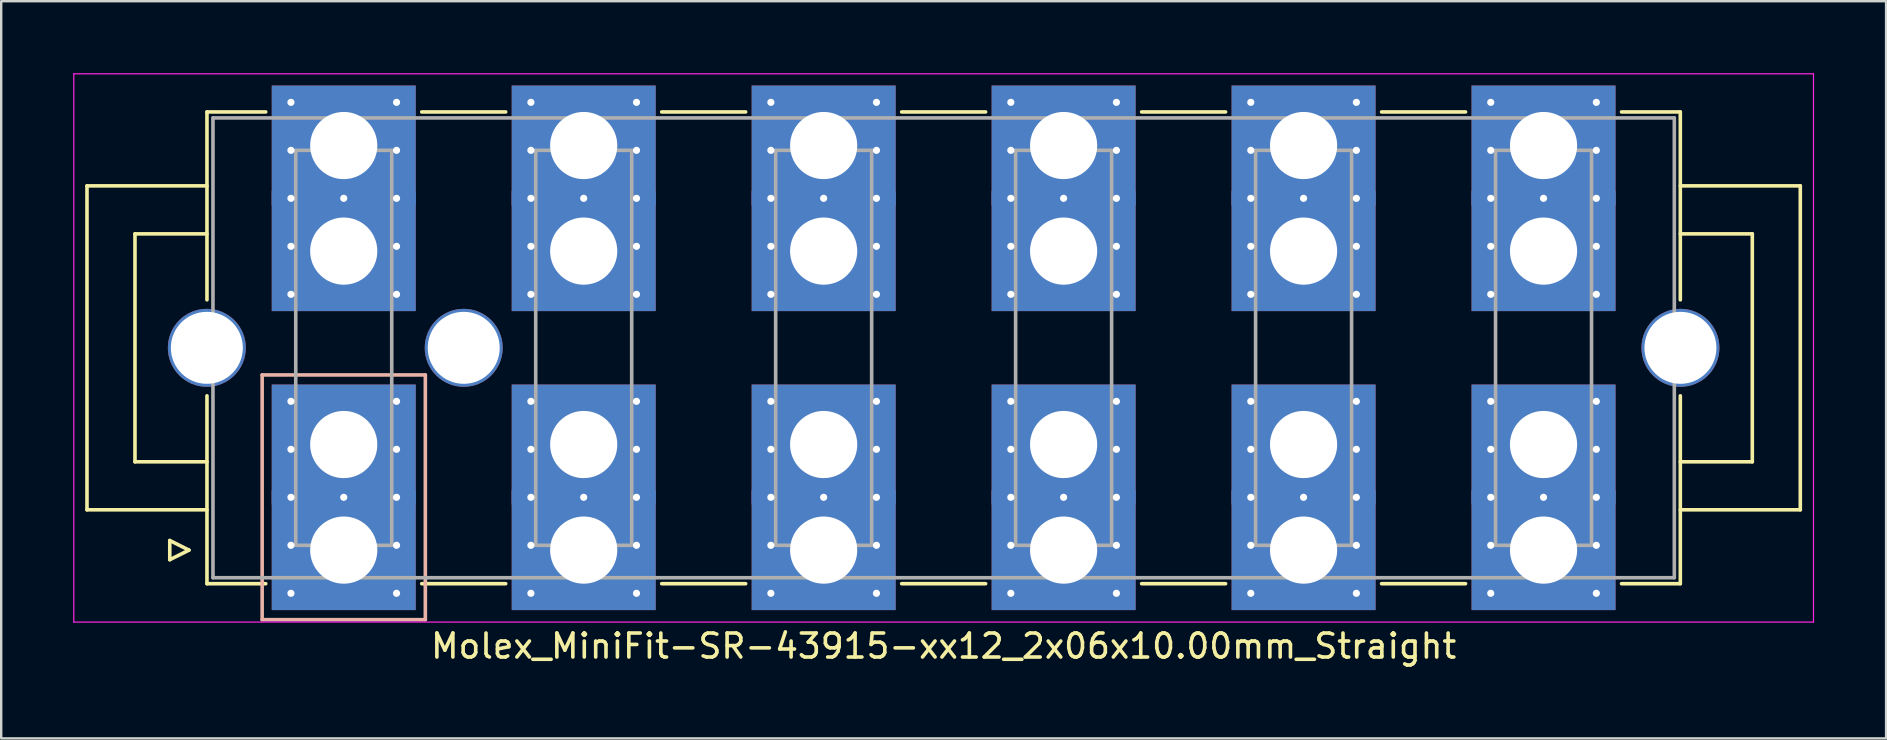
<source format=kicad_pcb>
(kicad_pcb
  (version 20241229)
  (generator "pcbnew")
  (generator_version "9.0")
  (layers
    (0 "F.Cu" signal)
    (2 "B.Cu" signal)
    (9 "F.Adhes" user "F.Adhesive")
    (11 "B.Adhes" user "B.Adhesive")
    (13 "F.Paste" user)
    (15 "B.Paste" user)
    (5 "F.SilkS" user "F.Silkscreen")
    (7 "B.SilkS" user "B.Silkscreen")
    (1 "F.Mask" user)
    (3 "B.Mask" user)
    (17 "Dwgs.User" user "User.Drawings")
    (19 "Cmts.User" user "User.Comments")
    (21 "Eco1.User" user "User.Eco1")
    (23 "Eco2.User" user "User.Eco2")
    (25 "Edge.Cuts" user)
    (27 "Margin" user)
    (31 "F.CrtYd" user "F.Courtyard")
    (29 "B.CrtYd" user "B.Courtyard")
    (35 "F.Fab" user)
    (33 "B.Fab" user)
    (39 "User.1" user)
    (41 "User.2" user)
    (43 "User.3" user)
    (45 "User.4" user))
  (footprint "Molex_MiniFit-SR-43915-xx12_2x06x10.00mm_Straight"
    (layer "F.Cu")
    (at 11.275 19.875)
    (property "Reference" "Molex_MiniFit-SR-43915-xx12_2x06x10.00mm_Straight" (at 25 4 0) (layer "F.SilkS") (effects (font (size 1 1) (thickness 0.15))))
    (attr through_hole)
    (fp_line (start -10.7 -15.18) (end -10.7 -1.68) (stroke (width 0.15) (type solid)) (layer "F.SilkS"))
    (fp_line (start -10.7 -1.68) (end -5.7 -1.68) (stroke (width 0.15) (type solid)) (layer "F.SilkS"))
    (fp_line (start -8.7 -13.18) (end -8.7 -3.68) (stroke (width 0.15) (type solid)) (layer "F.SilkS"))
    (fp_line (start -8.7 -3.68) (end -5.7 -3.68) (stroke (width 0.15) (type solid)) (layer "F.SilkS"))
    (fp_line (start -7.25 -0.4) (end -7.25 0.4) (stroke (width 0.15) (type solid)) (layer "F.SilkS"))
    (fp_line (start -7.25 0.4) (end -6.45 0) (stroke (width 0.15) (type solid)) (layer "F.SilkS"))
    (fp_line (start -6.45 0) (end -7.25 -0.4) (stroke (width 0.15) (type solid)) (layer "F.SilkS"))
    (fp_line (start -5.7 -18.26) (end -5.7 -10.43) (stroke (width 0.15) (type solid)) (layer "F.SilkS"))
    (fp_line (start -5.7 -15.18) (end -10.7 -15.18) (stroke (width 0.15) (type solid)) (layer "F.SilkS"))
    (fp_line (start -5.7 -13.18) (end -8.7 -13.18) (stroke (width 0.15) (type solid)) (layer "F.SilkS"))
    (fp_line (start -5.7 1.4) (end -5.7 -6.43) (stroke (width 0.15) (type solid)) (layer "F.SilkS"))
    (fp_line (start -3.25 -18.26) (end -5.7 -18.26) (stroke (width 0.15) (type solid)) (layer "F.SilkS"))
    (fp_line (start -3.25 1.4) (end -5.7 1.4) (stroke (width 0.15) (type solid)) (layer "F.SilkS"))
    (fp_line (start 3.25 -18.26) (end 6.75 -18.26) (stroke (width 0.15) (type solid)) (layer "F.SilkS"))
    (fp_line (start 3.25 1.4) (end 6.75 1.4) (stroke (width 0.15) (type solid)) (layer "F.SilkS"))
    (fp_line (start 13.25 -18.26) (end 16.75 -18.26) (stroke (width 0.15) (type solid)) (layer "F.SilkS"))
    (fp_line (start 13.25 1.4) (end 16.75 1.4) (stroke (width 0.15) (type solid)) (layer "F.SilkS"))
    (fp_line (start 23.25 -18.26) (end 26.75 -18.26) (stroke (width 0.15) (type solid)) (layer "F.SilkS"))
    (fp_line (start 23.25 1.4) (end 26.75 1.4) (stroke (width 0.15) (type solid)) (layer "F.SilkS"))
    (fp_line (start 33.25 -18.26) (end 36.75 -18.26) (stroke (width 0.15) (type solid)) (layer "F.SilkS"))
    (fp_line (start 33.25 1.4) (end 36.75 1.4) (stroke (width 0.15) (type solid)) (layer "F.SilkS"))
    (fp_line (start 43.25 -18.26) (end 46.75 -18.26) (stroke (width 0.15) (type solid)) (layer "F.SilkS"))
    (fp_line (start 43.25 1.4) (end 46.75 1.4) (stroke (width 0.15) (type solid)) (layer "F.SilkS"))
    (fp_line (start 53.25 -18.26) (end 55.7 -18.26) (stroke (width 0.15) (type solid)) (layer "F.SilkS"))
    (fp_line (start 53.25 1.4) (end 55.7 1.4) (stroke (width 0.15) (type solid)) (layer "F.SilkS"))
    (fp_line (start 55.7 -18.26) (end 55.7 -10.43) (stroke (width 0.15) (type solid)) (layer "F.SilkS"))
    (fp_line (start 55.7 -15.18) (end 60.7 -15.18) (stroke (width 0.15) (type solid)) (layer "F.SilkS"))
    (fp_line (start 55.7 -13.18) (end 58.7 -13.18) (stroke (width 0.15) (type solid)) (layer "F.SilkS"))
    (fp_line (start 55.7 1.4) (end 55.7 -6.43) (stroke (width 0.15) (type solid)) (layer "F.SilkS"))
    (fp_line (start 58.7 -13.18) (end 58.7 -3.68) (stroke (width 0.15) (type solid)) (layer "F.SilkS"))
    (fp_line (start 58.7 -3.68) (end 55.7 -3.68) (stroke (width 0.15) (type solid)) (layer "F.SilkS"))
    (fp_line (start 60.7 -15.18) (end 60.7 -1.68) (stroke (width 0.15) (type solid)) (layer "F.SilkS"))
    (fp_line (start 60.7 -1.68) (end 55.7 -1.68) (stroke (width 0.15) (type solid)) (layer "F.SilkS"))
    (fp_line (start -3.4 -7.3) (end -3.4 2.9) (stroke (width 0.15) (type solid)) (layer "B.SilkS"))
    (fp_line (start -3.4 2.9) (end 3.4 2.9) (stroke (width 0.15) (type solid)) (layer "B.SilkS"))
    (fp_line (start 3.4 -7.3) (end -3.4 -7.3) (stroke (width 0.15) (type solid)) (layer "B.SilkS"))
    (fp_line (start 3.4 2.9) (end 3.4 -7.3) (stroke (width 0.15) (type solid)) (layer "B.SilkS"))
    (fp_line (start -11.25 -19.85) (end -11.25 3) (stroke (width 0.05) (type solid)) (layer "F.CrtYd"))
    (fp_line (start -11.25 3) (end 61.25 3) (stroke (width 0.05) (type solid)) (layer "F.CrtYd"))
    (fp_line (start 61.25 -19.85) (end -11.25 -19.85) (stroke (width 0.05) (type solid)) (layer "F.CrtYd"))
    (fp_line (start 61.25 3) (end 61.25 -19.85) (stroke (width 0.05) (type solid)) (layer "F.CrtYd"))
    (fp_line (start -5.45 -18.01) (end -5.45 1.15) (stroke (width 0.15) (type solid)) (layer "F.Fab"))
    (fp_line (start -5.45 1.15) (end 55.45 1.15) (stroke (width 0.15) (type solid)) (layer "F.Fab"))
    (fp_line (start -2 -16.66) (end -2 -0.2) (stroke (width 0.15) (type solid)) (layer "F.Fab"))
    (fp_line (start -2 -0.2) (end 2 -0.2) (stroke (width 0.15) (type solid)) (layer "F.Fab"))
    (fp_line (start 2 -16.66) (end -2 -16.66) (stroke (width 0.15) (type solid)) (layer "F.Fab"))
    (fp_line (start 2 -0.2) (end 2 -16.66) (stroke (width 0.15) (type solid)) (layer "F.Fab"))
    (fp_line (start 8 -16.66) (end 8 -0.2) (stroke (width 0.15) (type solid)) (layer "F.Fab"))
    (fp_line (start 8 -0.2) (end 12 -0.2) (stroke (width 0.15) (type solid)) (layer "F.Fab"))
    (fp_line (start 12 -16.66) (end 8 -16.66) (stroke (width 0.15) (type solid)) (layer "F.Fab"))
    (fp_line (start 12 -0.2) (end 12 -16.66) (stroke (width 0.15) (type solid)) (layer "F.Fab"))
    (fp_line (start 18 -16.66) (end 18 -0.2) (stroke (width 0.15) (type solid)) (layer "F.Fab"))
    (fp_line (start 18 -0.2) (end 22 -0.2) (stroke (width 0.15) (type solid)) (layer "F.Fab"))
    (fp_line (start 22 -16.66) (end 18 -16.66) (stroke (width 0.15) (type solid)) (layer "F.Fab"))
    (fp_line (start 22 -0.2) (end 22 -16.66) (stroke (width 0.15) (type solid)) (layer "F.Fab"))
    (fp_line (start 28 -16.66) (end 28 -0.2) (stroke (width 0.15) (type solid)) (layer "F.Fab"))
    (fp_line (start 28 -0.2) (end 32 -0.2) (stroke (width 0.15) (type solid)) (layer "F.Fab"))
    (fp_line (start 32 -16.66) (end 28 -16.66) (stroke (width 0.15) (type solid)) (layer "F.Fab"))
    (fp_line (start 32 -0.2) (end 32 -16.66) (stroke (width 0.15) (type solid)) (layer "F.Fab"))
    (fp_line (start 38 -16.66) (end 38 -0.2) (stroke (width 0.15) (type solid)) (layer "F.Fab"))
    (fp_line (start 38 -0.2) (end 42 -0.2) (stroke (width 0.15) (type solid)) (layer "F.Fab"))
    (fp_line (start 42 -16.66) (end 38 -16.66) (stroke (width 0.15) (type solid)) (layer "F.Fab"))
    (fp_line (start 42 -0.2) (end 42 -16.66) (stroke (width 0.15) (type solid)) (layer "F.Fab"))
    (fp_line (start 48 -16.66) (end 48 -0.2) (stroke (width 0.15) (type solid)) (layer "F.Fab"))
    (fp_line (start 48 -0.2) (end 52 -0.2) (stroke (width 0.15) (type solid)) (layer "F.Fab"))
    (fp_line (start 52 -16.66) (end 48 -16.66) (stroke (width 0.15) (type solid)) (layer "F.Fab"))
    (fp_line (start 52 -0.2) (end 52 -16.66) (stroke (width 0.15) (type solid)) (layer "F.Fab"))
    (fp_line (start 55.45 -18.01) (end -5.45 -18.01) (stroke (width 0.15) (type solid)) (layer "F.Fab"))
    (fp_line (start 55.45 1.15) (end 55.45 -18.01) (stroke (width 0.15) (type solid)) (layer "F.Fab"))
    (pad "" thru_hole circle (at -5.705 -8.43) (size 3.25 3.25) (drill 3) (layers "*.Cu" "*.Mask"))
    (pad "" thru_hole circle (at 0 -14.66) (size 0.5 0.5) (drill 0.3) (layers "*.Cu" "B.Mask"))
    (pad "" thru_hole circle (at 0 -2.2) (size 0.5 0.5) (drill 0.3) (layers "*.Cu" "B.Mask"))
    (pad "" thru_hole circle (at 5 -8.43) (size 3.25 3.25) (drill 3) (layers "*.Cu" "*.Mask"))
    (pad "" thru_hole circle (at 10 -14.66) (size 0.5 0.5) (drill 0.3) (layers "*.Cu" "B.Mask"))
    (pad "" thru_hole circle (at 10 -2.2) (size 0.5 0.5) (drill 0.3) (layers "*.Cu" "B.Mask"))
    (pad "" thru_hole circle (at 20 -14.66) (size 0.5 0.5) (drill 0.3) (layers "*.Cu" "B.Mask"))
    (pad "" thru_hole circle (at 20 -2.2) (size 0.5 0.5) (drill 0.3) (layers "*.Cu" "B.Mask"))
    (pad "" thru_hole circle (at 30 -14.66) (size 0.5 0.5) (drill 0.3) (layers "*.Cu" "B.Mask"))
    (pad "" thru_hole circle (at 30 -2.2) (size 0.5 0.5) (drill 0.3) (layers "*.Cu" "B.Mask"))
    (pad "" thru_hole circle (at 40 -14.66) (size 0.5 0.5) (drill 0.3) (layers "*.Cu" "B.Mask"))
    (pad "" thru_hole circle (at 40 -2.2) (size 0.5 0.5) (drill 0.3) (layers "*.Cu" "B.Mask"))
    (pad "" thru_hole circle (at 50 -14.66) (size 0.5 0.5) (drill 0.3) (layers "*.Cu" "B.Mask"))
    (pad "" thru_hole circle (at 50 -2.2) (size 0.5 0.5) (drill 0.3) (layers "*.Cu" "B.Mask"))
    (pad "" thru_hole circle (at 55.705 -8.43) (size 3.25 3.25) (drill 3) (layers "*.Cu" "*.Mask"))
    (pad "1" thru_hole rect (at -2.2 -6.2) (size 0.5 0.5) (drill 0.3) (layers "*.Cu" "B.Mask"))
    (pad "1" thru_hole rect (at -2.2 -4.2) (size 0.5 0.5) (drill 0.3) (layers "*.Cu" "B.Mask"))
    (pad "1" thru_hole rect (at -2.2 -2.2) (size 0.5 0.5) (drill 0.3) (layers "*.Cu" "B.Mask"))
    (pad "1" thru_hole rect (at -2.2 -0.2) (size 0.5 0.5) (drill 0.3) (layers "*.Cu" "B.Mask"))
    (pad "1" thru_hole rect (at -2.2 1.8) (size 0.5 0.5) (drill 0.3) (layers "*.Cu" "B.Mask"))
    (pad "1" thru_hole rect (at 0 -4.4) (size 6 5) (drill 2.8) (layers "*.Cu" "B.Mask"))
    (pad "1" thru_hole rect (at 0 0) (size 6 5) (drill 2.8) (layers "*.Cu" "B.Mask"))
    (pad "1" thru_hole rect (at 2.2 -6.2) (size 0.5 0.5) (drill 0.3) (layers "*.Cu" "B.Mask"))
    (pad "1" thru_hole rect (at 2.2 -4.2) (size 0.5 0.5) (drill 0.3) (layers "*.Cu" "B.Mask"))
    (pad "1" thru_hole rect (at 2.2 -2.2) (size 0.5 0.5) (drill 0.3) (layers "*.Cu" "B.Mask"))
    (pad "1" thru_hole rect (at 2.2 -0.2) (size 0.5 0.5) (drill 0.3) (layers "*.Cu" "B.Mask"))
    (pad "1" thru_hole rect (at 2.2 1.8) (size 0.5 0.5) (drill 0.3) (layers "*.Cu" "B.Mask"))
    (pad "2" thru_hole circle (at 7.8 -6.2) (size 0.5 0.5) (drill 0.3) (layers "*.Cu" "B.Mask"))
    (pad "2" thru_hole circle (at 7.8 -4.2) (size 0.5 0.5) (drill 0.3) (layers "*.Cu" "B.Mask"))
    (pad "2" thru_hole circle (at 7.8 -2.2) (size 0.5 0.5) (drill 0.3) (layers "*.Cu" "B.Mask"))
    (pad "2" thru_hole circle (at 7.8 -0.2) (size 0.5 0.5) (drill 0.3) (layers "*.Cu" "B.Mask"))
    (pad "2" thru_hole circle (at 7.8 1.8) (size 0.5 0.5) (drill 0.3) (layers "*.Cu" "B.Mask"))
    (pad "2" thru_hole rect (at 10 -4.4) (size 6 5) (drill 2.8) (layers "*.Cu" "B.Mask"))
    (pad "2" thru_hole rect (at 10 0) (size 6 5) (drill 2.8) (layers "*.Cu" "B.Mask"))
    (pad "2" thru_hole circle (at 12.2 -6.2) (size 0.5 0.5) (drill 0.3) (layers "*.Cu" "B.Mask"))
    (pad "2" thru_hole circle (at 12.2 -4.2) (size 0.5 0.5) (drill 0.3) (layers "*.Cu" "B.Mask"))
    (pad "2" thru_hole circle (at 12.2 -2.2) (size 0.5 0.5) (drill 0.3) (layers "*.Cu" "B.Mask"))
    (pad "2" thru_hole circle (at 12.2 -0.2) (size 0.5 0.5) (drill 0.3) (layers "*.Cu" "B.Mask"))
    (pad "2" thru_hole circle (at 12.2 1.8) (size 0.5 0.5) (drill 0.3) (layers "*.Cu" "B.Mask"))
    (pad "3" thru_hole circle (at 17.8 -6.2) (size 0.5 0.5) (drill 0.3) (layers "*.Cu" "B.Mask"))
    (pad "3" thru_hole circle (at 17.8 -4.2) (size 0.5 0.5) (drill 0.3) (layers "*.Cu" "B.Mask"))
    (pad "3" thru_hole circle (at 17.8 -2.2) (size 0.5 0.5) (drill 0.3) (layers "*.Cu" "B.Mask"))
    (pad "3" thru_hole circle (at 17.8 -0.2) (size 0.5 0.5) (drill 0.3) (layers "*.Cu" "B.Mask"))
    (pad "3" thru_hole circle (at 17.8 1.8) (size 0.5 0.5) (drill 0.3) (layers "*.Cu" "B.Mask"))
    (pad "3" thru_hole rect (at 20 -4.4) (size 6 5) (drill 2.8) (layers "*.Cu" "B.Mask"))
    (pad "3" thru_hole rect (at 20 0) (size 6 5) (drill 2.8) (layers "*.Cu" "B.Mask"))
    (pad "3" thru_hole circle (at 22.2 -6.2) (size 0.5 0.5) (drill 0.3) (layers "*.Cu" "B.Mask"))
    (pad "3" thru_hole circle (at 22.2 -4.2) (size 0.5 0.5) (drill 0.3) (layers "*.Cu" "B.Mask"))
    (pad "3" thru_hole circle (at 22.2 -2.2) (size 0.5 0.5) (drill 0.3) (layers "*.Cu" "B.Mask"))
    (pad "3" thru_hole circle (at 22.2 -0.2) (size 0.5 0.5) (drill 0.3) (layers "*.Cu" "B.Mask"))
    (pad "3" thru_hole circle (at 22.2 1.8) (size 0.5 0.5) (drill 0.3) (layers "*.Cu" "B.Mask"))
    (pad "4" thru_hole circle (at 27.8 -6.2) (size 0.5 0.5) (drill 0.3) (layers "*.Cu" "B.Mask"))
    (pad "4" thru_hole circle (at 27.8 -4.2) (size 0.5 0.5) (drill 0.3) (layers "*.Cu" "B.Mask"))
    (pad "4" thru_hole circle (at 27.8 -2.2) (size 0.5 0.5) (drill 0.3) (layers "*.Cu" "B.Mask"))
    (pad "4" thru_hole circle (at 27.8 -0.2) (size 0.5 0.5) (drill 0.3) (layers "*.Cu" "B.Mask"))
    (pad "4" thru_hole circle (at 27.8 1.8) (size 0.5 0.5) (drill 0.3) (layers "*.Cu" "B.Mask"))
    (pad "4" thru_hole rect (at 30 -4.4) (size 6 5) (drill 2.8) (layers "*.Cu" "B.Mask"))
    (pad "4" thru_hole rect (at 30 0) (size 6 5) (drill 2.8) (layers "*.Cu" "B.Mask"))
    (pad "4" thru_hole circle (at 32.2 -6.2) (size 0.5 0.5) (drill 0.3) (layers "*.Cu" "B.Mask"))
    (pad "4" thru_hole circle (at 32.2 -4.2) (size 0.5 0.5) (drill 0.3) (layers "*.Cu" "B.Mask"))
    (pad "4" thru_hole circle (at 32.2 -2.2) (size 0.5 0.5) (drill 0.3) (layers "*.Cu" "B.Mask"))
    (pad "4" thru_hole circle (at 32.2 -0.2) (size 0.5 0.5) (drill 0.3) (layers "*.Cu" "B.Mask"))
    (pad "4" thru_hole circle (at 32.2 1.8) (size 0.5 0.5) (drill 0.3) (layers "*.Cu" "B.Mask"))
    (pad "5" thru_hole circle (at 37.8 -6.2) (size 0.5 0.5) (drill 0.3) (layers "*.Cu" "B.Mask"))
    (pad "5" thru_hole circle (at 37.8 -4.2) (size 0.5 0.5) (drill 0.3) (layers "*.Cu" "B.Mask"))
    (pad "5" thru_hole circle (at 37.8 -2.2) (size 0.5 0.5) (drill 0.3) (layers "*.Cu" "B.Mask"))
    (pad "5" thru_hole circle (at 37.8 -0.2) (size 0.5 0.5) (drill 0.3) (layers "*.Cu" "B.Mask"))
    (pad "5" thru_hole circle (at 37.8 1.8) (size 0.5 0.5) (drill 0.3) (layers "*.Cu" "B.Mask"))
    (pad "5" thru_hole rect (at 40 -4.4) (size 6 5) (drill 2.8) (layers "*.Cu" "B.Mask"))
    (pad "5" thru_hole rect (at 40 0) (size 6 5) (drill 2.8) (layers "*.Cu" "B.Mask"))
    (pad "5" thru_hole circle (at 42.2 -6.2) (size 0.5 0.5) (drill 0.3) (layers "*.Cu" "B.Mask"))
    (pad "5" thru_hole circle (at 42.2 -4.2) (size 0.5 0.5) (drill 0.3) (layers "*.Cu" "B.Mask"))
    (pad "5" thru_hole circle (at 42.2 -2.2) (size 0.5 0.5) (drill 0.3) (layers "*.Cu" "B.Mask"))
    (pad "5" thru_hole circle (at 42.2 -0.2) (size 0.5 0.5) (drill 0.3) (layers "*.Cu" "B.Mask"))
    (pad "5" thru_hole circle (at 42.2 1.8) (size 0.5 0.5) (drill 0.3) (layers "*.Cu" "B.Mask"))
    (pad "6" thru_hole circle (at 47.8 -6.2) (size 0.5 0.5) (drill 0.3) (layers "*.Cu" "B.Mask"))
    (pad "6" thru_hole circle (at 47.8 -4.2) (size 0.5 0.5) (drill 0.3) (layers "*.Cu" "B.Mask"))
    (pad "6" thru_hole circle (at 47.8 -2.2) (size 0.5 0.5) (drill 0.3) (layers "*.Cu" "B.Mask"))
    (pad "6" thru_hole circle (at 47.8 -0.2) (size 0.5 0.5) (drill 0.3) (layers "*.Cu" "B.Mask"))
    (pad "6" thru_hole circle (at 47.8 1.8) (size 0.5 0.5) (drill 0.3) (layers "*.Cu" "B.Mask"))
    (pad "6" thru_hole rect (at 50 -4.4) (size 6 5) (drill 2.8) (layers "*.Cu" "B.Mask"))
    (pad "6" thru_hole rect (at 50 0) (size 6 5) (drill 2.8) (layers "*.Cu" "B.Mask"))
    (pad "6" thru_hole circle (at 52.2 -6.2) (size 0.5 0.5) (drill 0.3) (layers "*.Cu" "B.Mask"))
    (pad "6" thru_hole circle (at 52.2 -4.2) (size 0.5 0.5) (drill 0.3) (layers "*.Cu" "B.Mask"))
    (pad "6" thru_hole circle (at 52.2 -2.2) (size 0.5 0.5) (drill 0.3) (layers "*.Cu" "B.Mask"))
    (pad "6" thru_hole circle (at 52.2 -0.2) (size 0.5 0.5) (drill 0.3) (layers "*.Cu" "B.Mask"))
    (pad "6" thru_hole circle (at 52.2 1.8) (size 0.5 0.5) (drill 0.3) (layers "*.Cu" "B.Mask"))
    (pad "7" thru_hole circle (at -2.2 -18.66) (size 0.5 0.5) (drill 0.3) (layers "*.Cu" "B.Mask"))
    (pad "7" thru_hole circle (at -2.2 -16.66) (size 0.5 0.5) (drill 0.3) (layers "*.Cu" "B.Mask"))
    (pad "7" thru_hole circle (at -2.2 -14.66) (size 0.5 0.5) (drill 0.3) (layers "*.Cu" "B.Mask"))
    (pad "7" thru_hole circle (at -2.2 -12.66) (size 0.5 0.5) (drill 0.3) (layers "*.Cu" "B.Mask"))
    (pad "7" thru_hole circle (at -2.2 -10.66) (size 0.5 0.5) (drill 0.3) (layers "*.Cu" "B.Mask"))
    (pad "7" thru_hole rect (at 0 -16.86) (size 6 5) (drill 2.8) (layers "*.Cu" "B.Mask"))
    (pad "7" thru_hole rect (at 0 -12.46) (size 6 5) (drill 2.8) (layers "*.Cu" "B.Mask"))
    (pad "7" thru_hole circle (at 2.2 -18.66) (size 0.5 0.5) (drill 0.3) (layers "*.Cu" "B.Mask"))
    (pad "7" thru_hole circle (at 2.2 -16.66) (size 0.5 0.5) (drill 0.3) (layers "*.Cu" "B.Mask"))
    (pad "7" thru_hole circle (at 2.2 -14.66) (size 0.5 0.5) (drill 0.3) (layers "*.Cu" "B.Mask"))
    (pad "7" thru_hole circle (at 2.2 -12.66) (size 0.5 0.5) (drill 0.3) (layers "*.Cu" "B.Mask"))
    (pad "7" thru_hole circle (at 2.2 -10.66) (size 0.5 0.5) (drill 0.3) (layers "*.Cu" "B.Mask"))
    (pad "8" thru_hole circle (at 7.8 -18.66) (size 0.5 0.5) (drill 0.3) (layers "*.Cu" "B.Mask"))
    (pad "8" thru_hole circle (at 7.8 -16.66) (size 0.5 0.5) (drill 0.3) (layers "*.Cu" "B.Mask"))
    (pad "8" thru_hole circle (at 7.8 -14.66) (size 0.5 0.5) (drill 0.3) (layers "*.Cu" "B.Mask"))
    (pad "8" thru_hole circle (at 7.8 -12.66) (size 0.5 0.5) (drill 0.3) (layers "*.Cu" "B.Mask"))
    (pad "8" thru_hole circle (at 7.8 -10.66) (size 0.5 0.5) (drill 0.3) (layers "*.Cu" "B.Mask"))
    (pad "8" thru_hole rect (at 10 -16.86) (size 6 5) (drill 2.8) (layers "*.Cu" "B.Mask"))
    (pad "8" thru_hole rect (at 10 -12.46) (size 6 5) (drill 2.8) (layers "*.Cu" "B.Mask"))
    (pad "8" thru_hole circle (at 12.2 -18.66) (size 0.5 0.5) (drill 0.3) (layers "*.Cu" "B.Mask"))
    (pad "8" thru_hole circle (at 12.2 -16.66) (size 0.5 0.5) (drill 0.3) (layers "*.Cu" "B.Mask"))
    (pad "8" thru_hole circle (at 12.2 -14.66) (size 0.5 0.5) (drill 0.3) (layers "*.Cu" "B.Mask"))
    (pad "8" thru_hole circle (at 12.2 -12.66) (size 0.5 0.5) (drill 0.3) (layers "*.Cu" "B.Mask"))
    (pad "8" thru_hole circle (at 12.2 -10.66) (size 0.5 0.5) (drill 0.3) (layers "*.Cu" "B.Mask"))
    (pad "9" thru_hole circle (at 17.8 -18.66) (size 0.5 0.5) (drill 0.3) (layers "*.Cu" "B.Mask"))
    (pad "9" thru_hole circle (at 17.8 -16.66) (size 0.5 0.5) (drill 0.3) (layers "*.Cu" "B.Mask"))
    (pad "9" thru_hole circle (at 17.8 -14.66) (size 0.5 0.5) (drill 0.3) (layers "*.Cu" "B.Mask"))
    (pad "9" thru_hole circle (at 17.8 -12.66) (size 0.5 0.5) (drill 0.3) (layers "*.Cu" "B.Mask"))
    (pad "9" thru_hole circle (at 17.8 -10.66) (size 0.5 0.5) (drill 0.3) (layers "*.Cu" "B.Mask"))
    (pad "9" thru_hole rect (at 20 -16.86) (size 6 5) (drill 2.8) (layers "*.Cu" "B.Mask"))
    (pad "9" thru_hole rect (at 20 -12.46) (size 6 5) (drill 2.8) (layers "*.Cu" "B.Mask"))
    (pad "9" thru_hole circle (at 22.2 -18.66) (size 0.5 0.5) (drill 0.3) (layers "*.Cu" "B.Mask"))
    (pad "9" thru_hole circle (at 22.2 -16.66) (size 0.5 0.5) (drill 0.3) (layers "*.Cu" "B.Mask"))
    (pad "9" thru_hole circle (at 22.2 -14.66) (size 0.5 0.5) (drill 0.3) (layers "*.Cu" "B.Mask"))
    (pad "9" thru_hole circle (at 22.2 -12.66) (size 0.5 0.5) (drill 0.3) (layers "*.Cu" "B.Mask"))
    (pad "9" thru_hole circle (at 22.2 -10.66) (size 0.5 0.5) (drill 0.3) (layers "*.Cu" "B.Mask"))
    (pad "10" thru_hole circle (at 27.8 -18.66) (size 0.5 0.5) (drill 0.3) (layers "*.Cu" "B.Mask"))
    (pad "10" thru_hole circle (at 27.8 -16.66) (size 0.5 0.5) (drill 0.3) (layers "*.Cu" "B.Mask"))
    (pad "10" thru_hole circle (at 27.8 -14.66) (size 0.5 0.5) (drill 0.3) (layers "*.Cu" "B.Mask"))
    (pad "10" thru_hole circle (at 27.8 -12.66) (size 0.5 0.5) (drill 0.3) (layers "*.Cu" "B.Mask"))
    (pad "10" thru_hole circle (at 27.8 -10.66) (size 0.5 0.5) (drill 0.3) (layers "*.Cu" "B.Mask"))
    (pad "10" thru_hole rect (at 30 -16.86) (size 6 5) (drill 2.8) (layers "*.Cu" "B.Mask"))
    (pad "10" thru_hole rect (at 30 -12.46) (size 6 5) (drill 2.8) (layers "*.Cu" "B.Mask"))
    (pad "10" thru_hole circle (at 32.2 -18.66) (size 0.5 0.5) (drill 0.3) (layers "*.Cu" "B.Mask"))
    (pad "10" thru_hole circle (at 32.2 -16.66) (size 0.5 0.5) (drill 0.3) (layers "*.Cu" "B.Mask"))
    (pad "10" thru_hole circle (at 32.2 -14.66) (size 0.5 0.5) (drill 0.3) (layers "*.Cu" "B.Mask"))
    (pad "10" thru_hole circle (at 32.2 -12.66) (size 0.5 0.5) (drill 0.3) (layers "*.Cu" "B.Mask"))
    (pad "10" thru_hole circle (at 32.2 -10.66) (size 0.5 0.5) (drill 0.3) (layers "*.Cu" "B.Mask"))
    (pad "11" thru_hole circle (at 37.8 -18.66) (size 0.5 0.5) (drill 0.3) (layers "*.Cu" "B.Mask"))
    (pad "11" thru_hole circle (at 37.8 -16.66) (size 0.5 0.5) (drill 0.3) (layers "*.Cu" "B.Mask"))
    (pad "11" thru_hole circle (at 37.8 -14.66) (size 0.5 0.5) (drill 0.3) (layers "*.Cu" "B.Mask"))
    (pad "11" thru_hole circle (at 37.8 -12.66) (size 0.5 0.5) (drill 0.3) (layers "*.Cu" "B.Mask"))
    (pad "11" thru_hole circle (at 37.8 -10.66) (size 0.5 0.5) (drill 0.3) (layers "*.Cu" "B.Mask"))
    (pad "11" thru_hole rect (at 40 -16.86) (size 6 5) (drill 2.8) (layers "*.Cu" "B.Mask"))
    (pad "11" thru_hole rect (at 40 -12.46) (size 6 5) (drill 2.8) (layers "*.Cu" "B.Mask"))
    (pad "11" thru_hole circle (at 42.2 -18.66) (size 0.5 0.5) (drill 0.3) (layers "*.Cu" "B.Mask"))
    (pad "11" thru_hole circle (at 42.2 -16.66) (size 0.5 0.5) (drill 0.3) (layers "*.Cu" "B.Mask"))
    (pad "11" thru_hole circle (at 42.2 -14.66) (size 0.5 0.5) (drill 0.3) (layers "*.Cu" "B.Mask"))
    (pad "11" thru_hole circle (at 42.2 -12.66) (size 0.5 0.5) (drill 0.3) (layers "*.Cu" "B.Mask"))
    (pad "11" thru_hole circle (at 42.2 -10.66) (size 0.5 0.5) (drill 0.3) (layers "*.Cu" "B.Mask"))
    (pad "12" thru_hole circle (at 47.8 -18.66) (size 0.5 0.5) (drill 0.3) (layers "*.Cu" "B.Mask"))
    (pad "12" thru_hole circle (at 47.8 -16.66) (size 0.5 0.5) (drill 0.3) (layers "*.Cu" "B.Mask"))
    (pad "12" thru_hole circle (at 47.8 -14.66) (size 0.5 0.5) (drill 0.3) (layers "*.Cu" "B.Mask"))
    (pad "12" thru_hole circle (at 47.8 -12.66) (size 0.5 0.5) (drill 0.3) (layers "*.Cu" "B.Mask"))
    (pad "12" thru_hole circle (at 47.8 -10.66) (size 0.5 0.5) (drill 0.3) (layers "*.Cu" "B.Mask"))
    (pad "12" thru_hole rect (at 50 -16.86) (size 6 5) (drill 2.8) (layers "*.Cu" "B.Mask"))
    (pad "12" thru_hole rect (at 50 -12.46) (size 6 5) (drill 2.8) (layers "*.Cu" "B.Mask"))
    (pad "12" thru_hole circle (at 52.2 -18.66) (size 0.5 0.5) (drill 0.3) (layers "*.Cu" "B.Mask"))
    (pad "12" thru_hole circle (at 52.2 -16.66) (size 0.5 0.5) (drill 0.3) (layers "*.Cu" "B.Mask"))
    (pad "12" thru_hole circle (at 52.2 -14.66) (size 0.5 0.5) (drill 0.3) (layers "*.Cu" "B.Mask"))
    (pad "12" thru_hole circle (at 52.2 -12.66) (size 0.5 0.5) (drill 0.3) (layers "*.Cu" "B.Mask"))
    (pad "12" thru_hole circle (at 52.2 -10.66) (size 0.5 0.5) (drill 0.3) (layers "*.Cu" "B.Mask")))
  (gr_rect
    (start -3 -3)
    (end 75.55 27.723)
    (stroke (width 0.1) (type default))
    (fill no)
    (layer "Edge.Cuts")))
</source>
